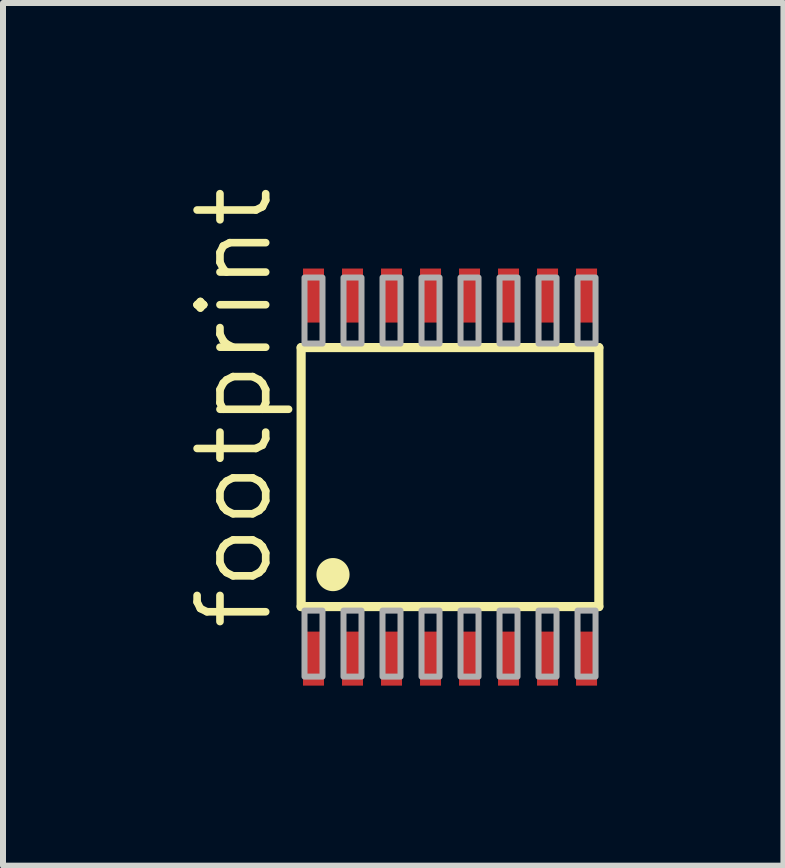
<source format=kicad_pcb>
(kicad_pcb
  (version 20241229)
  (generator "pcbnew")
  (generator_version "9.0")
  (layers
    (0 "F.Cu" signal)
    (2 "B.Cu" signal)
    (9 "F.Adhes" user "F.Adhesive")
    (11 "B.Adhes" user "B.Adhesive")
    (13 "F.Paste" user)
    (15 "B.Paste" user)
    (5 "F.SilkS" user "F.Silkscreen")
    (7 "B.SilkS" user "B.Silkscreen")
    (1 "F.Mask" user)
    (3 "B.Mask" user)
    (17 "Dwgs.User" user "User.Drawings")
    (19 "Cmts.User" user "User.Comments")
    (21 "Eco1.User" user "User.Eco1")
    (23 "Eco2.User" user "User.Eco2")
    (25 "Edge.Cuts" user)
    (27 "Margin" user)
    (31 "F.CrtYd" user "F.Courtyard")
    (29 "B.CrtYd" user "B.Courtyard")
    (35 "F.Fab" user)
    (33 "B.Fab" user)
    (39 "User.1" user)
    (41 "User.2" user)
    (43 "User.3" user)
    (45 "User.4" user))
  (footprint "footprint"
    (layer "F.Cu")
    (at 4.449 4.9)
    (property "Reference" "footprint" (at -2.925 2.6 90) (layer "F.SilkS") (effects (font (size 1.143 1.143) (thickness 0.127)) (justify left bottom)))
    (fp_line (start -2.481 -2.158) (end -2.481 2.158) (stroke (width 0.152) (type solid)) (layer "F.SilkS"))
    (fp_line (start -2.481 2.158) (end 2.48 2.158) (stroke (width 0.152) (type solid)) (layer "F.SilkS"))
    (fp_line (start 2.48 -2.158) (end -2.481 -2.158) (stroke (width 0.152) (type solid)) (layer "F.SilkS"))
    (fp_line (start 2.48 2.158) (end 2.48 -2.158) (stroke (width 0.152) (type solid)) (layer "F.SilkS"))
    (fp_circle (center -1.95 1.625) (end -1.812 1.625) (stroke (width 0.276) (type solid)) (fill yes) (layer "F.SilkS"))
    (fp_poly (pts (xy -2.425 3.325) (xy -2.125 3.325) (xy -2.125 2.225) (xy -2.425 2.225)) (stroke (width 0.1) (type solid)) (fill no) (layer "F.Fab"))
    (fp_poly (pts (xy -2.125 -3.325) (xy -2.425 -3.325) (xy -2.425 -2.225) (xy -2.125 -2.225)) (stroke (width 0.1) (type solid)) (fill no) (layer "F.Fab"))
    (fp_poly (pts (xy -1.775 3.325) (xy -1.475 3.325) (xy -1.475 2.225) (xy -1.775 2.225)) (stroke (width 0.1) (type solid)) (fill no) (layer "F.Fab"))
    (fp_poly (pts (xy -1.475 -3.325) (xy -1.775 -3.325) (xy -1.775 -2.225) (xy -1.475 -2.225)) (stroke (width 0.1) (type solid)) (fill no) (layer "F.Fab"))
    (fp_poly (pts (xy -1.125 3.325) (xy -0.825 3.325) (xy -0.825 2.225) (xy -1.125 2.225)) (stroke (width 0.1) (type solid)) (fill no) (layer "F.Fab"))
    (fp_poly (pts (xy -0.825 -3.325) (xy -1.125 -3.325) (xy -1.125 -2.225) (xy -0.825 -2.225)) (stroke (width 0.1) (type solid)) (fill no) (layer "F.Fab"))
    (fp_poly (pts (xy -0.475 3.325) (xy -0.175 3.325) (xy -0.175 2.225) (xy -0.475 2.225)) (stroke (width 0.1) (type solid)) (fill no) (layer "F.Fab"))
    (fp_poly (pts (xy -0.175 -3.325) (xy -0.475 -3.325) (xy -0.475 -2.225) (xy -0.175 -2.225)) (stroke (width 0.1) (type solid)) (fill no) (layer "F.Fab"))
    (fp_poly (pts (xy 0.175 3.325) (xy 0.475 3.325) (xy 0.475 2.225) (xy 0.175 2.225)) (stroke (width 0.1) (type solid)) (fill no) (layer "F.Fab"))
    (fp_poly (pts (xy 0.475 -3.325) (xy 0.175 -3.325) (xy 0.175 -2.225) (xy 0.475 -2.225)) (stroke (width 0.1) (type solid)) (fill no) (layer "F.Fab"))
    (fp_poly (pts (xy 0.825 3.325) (xy 1.125 3.325) (xy 1.125 2.225) (xy 0.825 2.225)) (stroke (width 0.1) (type solid)) (fill no) (layer "F.Fab"))
    (fp_poly (pts (xy 1.125 -3.325) (xy 0.825 -3.325) (xy 0.825 -2.225) (xy 1.125 -2.225)) (stroke (width 0.1) (type solid)) (fill no) (layer "F.Fab"))
    (fp_poly (pts (xy 1.475 3.325) (xy 1.775 3.325) (xy 1.775 2.225) (xy 1.475 2.225)) (stroke (width 0.1) (type solid)) (fill no) (layer "F.Fab"))
    (fp_poly (pts (xy 1.775 -3.325) (xy 1.475 -3.325) (xy 1.475 -2.225) (xy 1.775 -2.225)) (stroke (width 0.1) (type solid)) (fill no) (layer "F.Fab"))
    (fp_poly (pts (xy 2.125 3.325) (xy 2.425 3.325) (xy 2.425 2.225) (xy 2.125 2.225)) (stroke (width 0.1) (type solid)) (fill no) (layer "F.Fab"))
    (fp_poly (pts (xy 2.425 -3.325) (xy 2.125 -3.325) (xy 2.125 -2.225) (xy 2.425 -2.225)) (stroke (width 0.1) (type solid)) (fill no) (layer "F.Fab"))
    (pad "1" smd rect (at -2.275 3.025) (size 0.35 0.9) (layers "F.Cu" "F.Mask" "F.Paste"))
    (pad "2" smd rect (at -1.625 3.025) (size 0.35 0.9) (layers "F.Cu" "F.Mask" "F.Paste"))
    (pad "3" smd rect (at -0.975 3.025) (size 0.35 0.9) (layers "F.Cu" "F.Mask" "F.Paste"))
    (pad "4" smd rect (at -0.325 3.025) (size 0.35 0.9) (layers "F.Cu" "F.Mask" "F.Paste"))
    (pad "5" smd rect (at 0.325 3.025) (size 0.35 0.9) (layers "F.Cu" "F.Mask" "F.Paste"))
    (pad "6" smd rect (at 0.975 3.025) (size 0.35 0.9) (layers "F.Cu" "F.Mask" "F.Paste"))
    (pad "7" smd rect (at 1.625 3.025) (size 0.35 0.9) (layers "F.Cu" "F.Mask" "F.Paste"))
    (pad "8" smd rect (at 2.275 3.025) (size 0.35 0.9) (layers "F.Cu" "F.Mask" "F.Paste"))
    (pad "9" smd rect (at 2.275 -3.025 180) (size 0.35 0.9) (layers "F.Cu" "F.Mask" "F.Paste"))
    (pad "10" smd rect (at 1.625 -3.025 180) (size 0.35 0.9) (layers "F.Cu" "F.Mask" "F.Paste"))
    (pad "11" smd rect (at 0.975 -3.025 180) (size 0.35 0.9) (layers "F.Cu" "F.Mask" "F.Paste"))
    (pad "12" smd rect (at 0.325 -3.025 180) (size 0.35 0.9) (layers "F.Cu" "F.Mask" "F.Paste"))
    (pad "13" smd rect (at -0.325 -3.025 180) (size 0.35 0.9) (layers "F.Cu" "F.Mask" "F.Paste"))
    (pad "14" smd rect (at -0.975 -3.025 180) (size 0.35 0.9) (layers "F.Cu" "F.Mask" "F.Paste"))
    (pad "15" smd rect (at -1.625 -3.025 180) (size 0.35 0.9) (layers "F.Cu" "F.Mask" "F.Paste"))
    (pad "16" smd rect (at -2.275 -3.025 180) (size 0.35 0.9) (layers "F.Cu" "F.Mask" "F.Paste")))
  (gr_rect
    (start -3 -3)
    (end 10.005 11.375)
    (stroke (width 0.1) (type default))
    (fill no)
    (layer "Edge.Cuts")))
</source>
